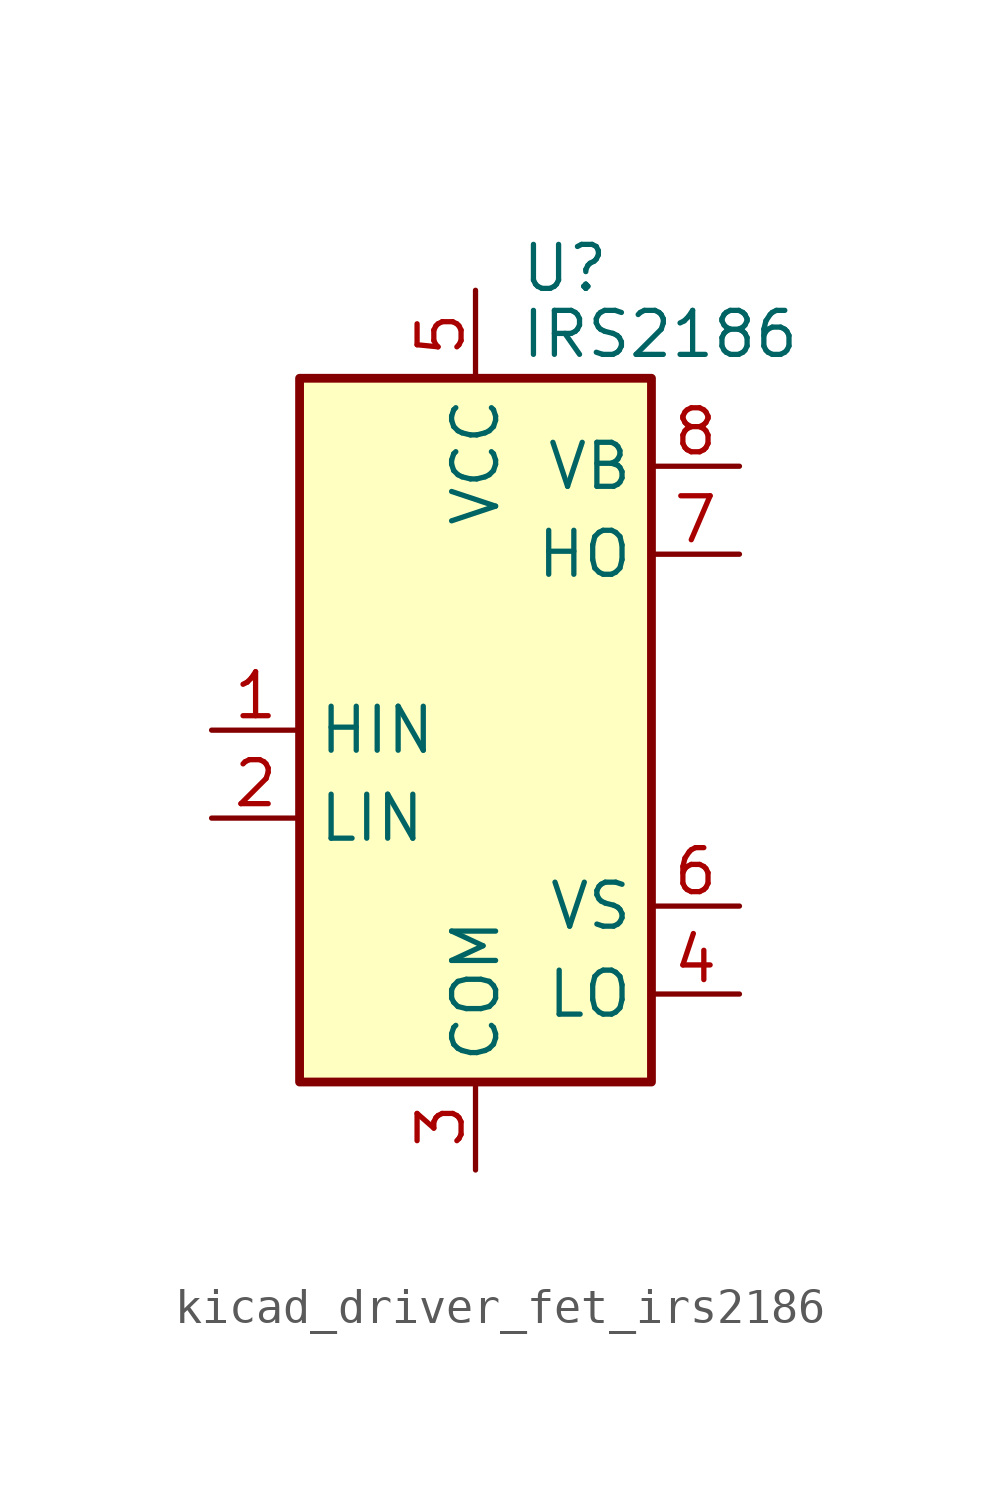
<source format=kicad_sym>
(kicad_symbol_lib
  (version 20220914)
  (generator kicad_symbol_editor)
  (symbol "kicad_driver_fet_irs2186"
    (property "Reference" "U"
      (at 1.27 13.335 0)
      (effects (font (size 1.27 1.27)) (justify left)))
    (property "Value" "IRS2186"
      (at 1.27 11.43 0)
      (effects (font (size 1.27 1.27)) (justify left)))
    (symbol "kicad_driver_fet_irs2186_0_1"
      (rectangle (start -5.08 -10.16) (end 5.08 10.16) (stroke (width 0.254) (type default)) (fill (type background))))
    (symbol "kicad_driver_fet_irs2186_1_1"
      (pin input line (at -7.62 0 0) (length 2.54) (name "HIN" (effects (font (size 1.27 1.27)))) (number "1" (effects (font (size 1.27 1.27)))))
      (pin input line (at -7.62 -2.54 0) (length 2.54) (name "LIN" (effects (font (size 1.27 1.27)))) (number "2" (effects (font (size 1.27 1.27)))))
      (pin power_in line (at 0 -12.7 90) (length 2.54) (name "COM" (effects (font (size 1.27 1.27)))) (number "3" (effects (font (size 1.27 1.27)))))
      (pin output line (at 7.62 -7.62 180) (length 2.54) (name "LO" (effects (font (size 1.27 1.27)))) (number "4" (effects (font (size 1.27 1.27)))))
      (pin power_in line (at 0 12.7 270) (length 2.54) (name "VCC" (effects (font (size 1.27 1.27)))) (number "5" (effects (font (size 1.27 1.27)))))
      (pin passive line (at 7.62 -5.08 180) (length 2.54) (name "VS" (effects (font (size 1.27 1.27)))) (number "6" (effects (font (size 1.27 1.27)))))
      (pin output line (at 7.62 5.08 180) (length 2.54) (name "HO" (effects (font (size 1.27 1.27)))) (number "7" (effects (font (size 1.27 1.27)))))
      (pin passive line (at 7.62 7.62 180) (length 2.54) (name "VB" (effects (font (size 1.27 1.27)))) (number "8" (effects (font (size 1.27 1.27))))))))
</source>
